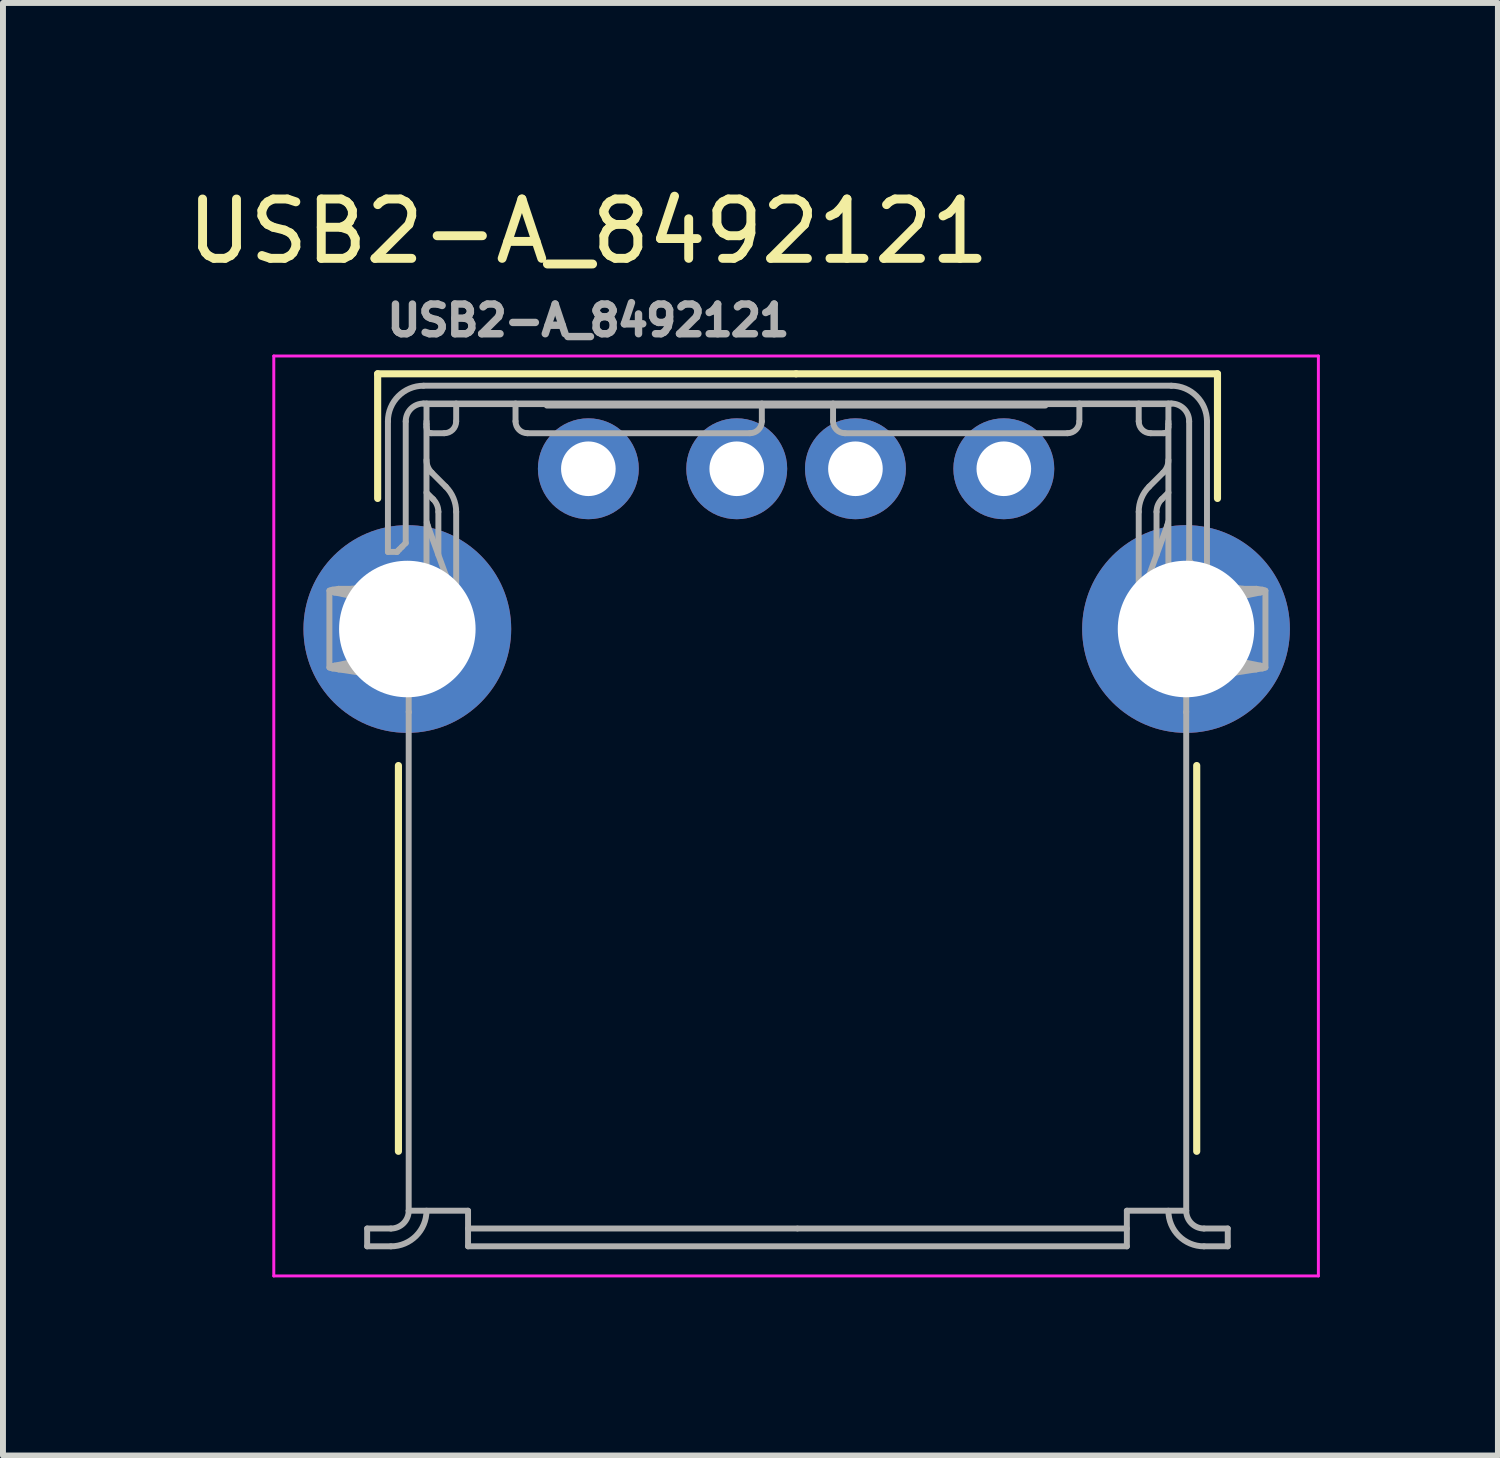
<source format=kicad_pcb>
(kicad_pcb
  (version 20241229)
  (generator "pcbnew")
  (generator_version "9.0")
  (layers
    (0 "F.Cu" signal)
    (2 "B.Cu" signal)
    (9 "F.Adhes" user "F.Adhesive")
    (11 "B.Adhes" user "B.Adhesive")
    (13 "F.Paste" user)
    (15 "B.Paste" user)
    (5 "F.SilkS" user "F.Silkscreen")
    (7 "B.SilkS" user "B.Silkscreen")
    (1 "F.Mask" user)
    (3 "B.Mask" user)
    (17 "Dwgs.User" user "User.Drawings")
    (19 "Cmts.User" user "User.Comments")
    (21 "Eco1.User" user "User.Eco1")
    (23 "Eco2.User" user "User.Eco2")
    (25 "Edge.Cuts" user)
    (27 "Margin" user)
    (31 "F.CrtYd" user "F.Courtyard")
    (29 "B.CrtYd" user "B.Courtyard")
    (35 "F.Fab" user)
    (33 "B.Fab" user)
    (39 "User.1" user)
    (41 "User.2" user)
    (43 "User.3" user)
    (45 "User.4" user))
  (footprint "USB2-A_8492121"
    (layer "F.Cu")
    (at 6.863 4.848)
    (property "Reference" "USB2-A_8492121" (at 0 -4 0) (layer "F.SilkS") (effects (font (size 1 1) (thickness 0.15))))
    (attr through_hole)
    (fp_line (start -3.55 -1.6) (end -3.55 0.5) (stroke (width 0.12) (type solid)) (layer "F.SilkS"))
    (fp_line (start -3.2 5) (end -3.2 11.5) (stroke (width 0.12) (type solid)) (layer "F.SilkS"))
    (fp_line (start 3.5 -1.6) (end -3.55 -1.6) (stroke (width 0.12) (type solid)) (layer "F.SilkS"))
    (fp_line (start 3.5 -1.6) (end 10.6 -1.6) (stroke (width 0.12) (type solid)) (layer "F.SilkS"))
    (fp_line (start 10.25 5) (end 10.25 11.5) (stroke (width 0.12) (type solid)) (layer "F.SilkS"))
    (fp_line (start 10.6 -1.6) (end 10.6 0.5) (stroke (width 0.12) (type solid)) (layer "F.SilkS"))
    (fp_line (start -5.3 -1.9) (end 12.3 -1.9) (stroke (width 0.05) (type solid)) (layer "F.CrtYd"))
    (fp_line (start -5.3 13.6) (end -5.3 -1.9) (stroke (width 0.05) (type solid)) (layer "F.CrtYd"))
    (fp_line (start 12.3 -1.9) (end 12.3 13.6) (stroke (width 0.05) (type solid)) (layer "F.CrtYd"))
    (fp_line (start 12.3 13.6) (end -5.3 13.6) (stroke (width 0.05) (type solid)) (layer "F.CrtYd"))
    (fp_line (start -4.363 2.058) (end -4.363 3.344) (stroke (width 0.1) (type solid)) (layer "F.Fab"))
    (fp_line (start -4.36 2.053) (end -4.311 2.038) (stroke (width 0.1) (type solid)) (layer "F.Fab"))
    (fp_line (start -4.36 3.349) (end -4.349 3.334) (stroke (width 0.1) (type solid)) (layer "F.Fab"))
    (fp_line (start -4.349 2.068) (end -4.36 2.053) (stroke (width 0.1) (type solid)) (layer "F.Fab"))
    (fp_line (start -4.349 3.334) (end -4.28 3.319) (stroke (width 0.1) (type solid)) (layer "F.Fab"))
    (fp_line (start -4.311 2.038) (end -4.208 2.023) (stroke (width 0.1) (type solid)) (layer "F.Fab"))
    (fp_line (start -4.311 3.364) (end -4.36 3.349) (stroke (width 0.1) (type solid)) (layer "F.Fab"))
    (fp_line (start -4.28 2.083) (end -4.349 2.068) (stroke (width 0.1) (type solid)) (layer "F.Fab"))
    (fp_line (start -4.28 3.319) (end -3.388 3.134) (stroke (width 0.1) (type solid)) (layer "F.Fab"))
    (fp_line (start -4.208 2.023) (end -3.985 2.023) (stroke (width 0.1) (type solid)) (layer "F.Fab"))
    (fp_line (start -4.208 3.379) (end -4.311 3.364) (stroke (width 0.1) (type solid)) (layer "F.Fab"))
    (fp_line (start -4.061 2.053) (end -4.056 2.068) (stroke (width 0.1) (type solid)) (layer "F.Fab"))
    (fp_line (start -4.061 3.349) (end -4.037 3.364) (stroke (width 0.1) (type solid)) (layer "F.Fab"))
    (fp_line (start -4.056 2.068) (end -4.021 2.083) (stroke (width 0.1) (type solid)) (layer "F.Fab"))
    (fp_line (start -4.056 3.334) (end -4.061 3.349) (stroke (width 0.1) (type solid)) (layer "F.Fab"))
    (fp_line (start -4.037 2.038) (end -4.061 2.053) (stroke (width 0.1) (type solid)) (layer "F.Fab"))
    (fp_line (start -4.037 3.364) (end -3.985 3.379) (stroke (width 0.1) (type solid)) (layer "F.Fab"))
    (fp_line (start -4.021 2.083) (end -4.28 2.083) (stroke (width 0.1) (type solid)) (layer "F.Fab"))
    (fp_line (start -4.021 3.319) (end -4.28 3.319) (stroke (width 0.1) (type solid)) (layer "F.Fab"))
    (fp_line (start -4.021 3.319) (end -4.056 3.334) (stroke (width 0.1) (type solid)) (layer "F.Fab"))
    (fp_line (start -4.021 3.319) (end -3.129 3.134) (stroke (width 0.1) (type solid)) (layer "F.Fab"))
    (fp_line (start -3.985 2.023) (end -4.037 2.038) (stroke (width 0.1) (type solid)) (layer "F.Fab"))
    (fp_line (start -3.985 3.379) (end -4.208 3.379) (stroke (width 0.1) (type solid)) (layer "F.Fab"))
    (fp_line (start -3.985 3.379) (end -2.881 3.552) (stroke (width 0.1) (type solid)) (layer "F.Fab"))
    (fp_line (start -3.727 12.801) (end -3.727 13.101) (stroke (width 0.1) (type solid)) (layer "F.Fab"))
    (fp_line (start -3.388 2.268) (end -4.28 2.083) (stroke (width 0.1) (type solid)) (layer "F.Fab"))
    (fp_line (start -3.377 -0.799) (end -3.377 1.401) (stroke (width 0.1) (type solid)) (layer "F.Fab"))
    (fp_line (start -3.327 12.801) (end -3.727 12.801) (stroke (width 0.1) (type solid)) (layer "F.Fab"))
    (fp_line (start -3.327 13.101) (end -3.727 13.101) (stroke (width 0.1) (type solid)) (layer "F.Fab"))
    (fp_line (start -3.227 1.401) (end -3.377 1.401) (stroke (width 0.1) (type solid)) (layer "F.Fab"))
    (fp_line (start -3.227 1.401) (end -3.224 1.399) (stroke (width 0.1) (type solid)) (layer "F.Fab"))
    (fp_line (start -3.224 1.399) (end -3.217 1.391) (stroke (width 0.1) (type solid)) (layer "F.Fab"))
    (fp_line (start -3.217 1.391) (end -3.185 1.359) (stroke (width 0.1) (type solid)) (layer "F.Fab"))
    (fp_line (start -3.206 2.736) (end -3.206 2.666) (stroke (width 0.1) (type solid)) (layer "F.Fab"))
    (fp_line (start -3.185 1.359) (end -3.141 1.316) (stroke (width 0.1) (type solid)) (layer "F.Fab"))
    (fp_line (start -3.141 1.316) (end -3.077 1.251) (stroke (width 0.1) (type solid)) (layer "F.Fab"))
    (fp_line (start -3.129 2.268) (end -4.021 2.083) (stroke (width 0.1) (type solid)) (layer "F.Fab"))
    (fp_line (start -3.104 3.552) (end -4.208 3.379) (stroke (width 0.1) (type solid)) (layer "F.Fab"))
    (fp_line (start -3.077 1.251) (end -3.077 -0.799) (stroke (width 0.1) (type solid)) (layer "F.Fab"))
    (fp_line (start -3.047 3.57) (end -3.104 3.552) (stroke (width 0.1) (type solid)) (layer "F.Fab"))
    (fp_line (start -3.027 3.587) (end -3.047 3.57) (stroke (width 0.1) (type solid)) (layer "F.Fab"))
    (fp_line (start -3.027 3.601) (end -3.027 3.587) (stroke (width 0.1) (type solid)) (layer "F.Fab"))
    (fp_line (start -3.027 3.601) (end -2.727 3.601) (stroke (width 0.1) (type solid)) (layer "F.Fab"))
    (fp_line (start -3.027 4.096) (end -3.025 4.101) (stroke (width 0.1) (type solid)) (layer "F.Fab"))
    (fp_line (start -3.027 12.501) (end -3.027 3.618) (stroke (width 0.1) (type solid)) (layer "F.Fab"))
    (fp_line (start -3.027 12.501) (end -2.027 12.501) (stroke (width 0.1) (type solid)) (layer "F.Fab"))
    (fp_line (start -2.947 2.736) (end -2.947 2.666) (stroke (width 0.1) (type solid)) (layer "F.Fab"))
    (fp_line (start -2.881 1.85) (end -3.985 2.023) (stroke (width 0.1) (type solid)) (layer "F.Fab"))
    (fp_line (start -2.881 3.552) (end -3.104 3.552) (stroke (width 0.1) (type solid)) (layer "F.Fab"))
    (fp_line (start -2.776 1.835) (end -2.881 1.85) (stroke (width 0.1) (type solid)) (layer "F.Fab"))
    (fp_line (start -2.729 1.819) (end -2.727 1.808) (stroke (width 0.1) (type solid)) (layer "F.Fab"))
    (fp_line (start -2.729 1.819) (end -2.776 1.835) (stroke (width 0.1) (type solid)) (layer "F.Fab"))
    (fp_line (start -2.727 -1.099) (end -2.727 1.808) (stroke (width 0.1) (type solid)) (layer "F.Fab"))
    (fp_line (start -2.727 0.401) (end -2.615 0.513) (stroke (width 0.1) (type solid)) (layer "F.Fab"))
    (fp_line (start -2.727 1.778) (end -2.684 1.896) (stroke (width 0.1) (type solid)) (layer "F.Fab"))
    (fp_line (start -2.727 1.809) (end -2.727 3.601) (stroke (width 0.1) (type solid)) (layer "F.Fab"))
    (fp_line (start -2.727 3.587) (end -3.027 3.587) (stroke (width 0.1) (type solid)) (layer "F.Fab"))
    (fp_line (start -2.727 -0.749) (end -2.727 -0.799) (stroke (width 0.1) (type solid)) (layer "F.Fab"))
    (fp_line (start -2.726 -0.702) (end -2.727 -0.749) (stroke (width 0.1) (type solid)) (layer "F.Fab"))
    (fp_line (start -2.722 0.901) (end -2.709 0.951) (stroke (width 0.1) (type solid)) (layer "F.Fab"))
    (fp_line (start -2.72 -0.651) (end -2.726 -0.702) (stroke (width 0.1) (type solid)) (layer "F.Fab"))
    (fp_line (start -2.711 -0.628) (end -2.72 -0.651) (stroke (width 0.1) (type solid)) (layer "F.Fab"))
    (fp_line (start -2.698 -0.612) (end -2.711 -0.628) (stroke (width 0.1) (type solid)) (layer "F.Fab"))
    (fp_line (start -2.684 1.896) (end -2.402 1.794) (stroke (width 0.1) (type solid)) (layer "F.Fab"))
    (fp_line (start -2.678 -0.602) (end -2.698 -0.612) (stroke (width 0.1) (type solid)) (layer "F.Fab"))
    (fp_line (start -2.651 -0.599) (end -2.678 -0.602) (stroke (width 0.1) (type solid)) (layer "F.Fab"))
    (fp_line (start -2.639 3.138) (end -2.403 2.901) (stroke (width 0.1) (type solid)) (layer "F.Fab"))
    (fp_line (start -2.615 2.689) (end -2.727 2.801) (stroke (width 0.1) (type solid)) (layer "F.Fab"))
    (fp_line (start -2.527 0.725) (end -2.527 1.451) (stroke (width 0.1) (type solid)) (layer "F.Fab"))
    (fp_line (start -2.527 1.839) (end -2.527 2.477) (stroke (width 0.1) (type solid)) (layer "F.Fab"))
    (fp_line (start -2.427 -0.599) (end -2.651 -0.599) (stroke (width 0.1) (type solid)) (layer "F.Fab"))
    (fp_line (start -2.403 0.301) (end -2.639 0.065) (stroke (width 0.1) (type solid)) (layer "F.Fab"))
    (fp_line (start -2.402 1.794) (end -2.709 0.951) (stroke (width 0.1) (type solid)) (layer "F.Fab"))
    (fp_line (start -2.227 -1.099) (end -2.227 -0.799) (stroke (width 0.1) (type solid)) (layer "F.Fab"))
    (fp_line (start -2.227 2.477) (end -2.227 0.725) (stroke (width 0.1) (type solid)) (layer "F.Fab"))
    (fp_line (start -2.027 12.801) (end 3.518 12.801) (stroke (width 0.1) (type solid)) (layer "F.Fab"))
    (fp_line (start -2.027 13.101) (end -2.027 12.501) (stroke (width 0.1) (type solid)) (layer "F.Fab"))
    (fp_line (start -1.227 -0.799) (end -1.227 -1.099) (stroke (width 0.1) (type solid)) (layer "F.Fab"))
    (fp_line (start -0.7 -1.089) (end -2.7 -1.089) (stroke (width 0.1) (type solid)) (layer "F.Fab"))
    (fp_line (start -0.295 -0.115) (end 0.305 -0.115) (stroke (width 0.1) (type solid)) (layer "F.Fab"))
    (fp_line (start -0.295 0.135) (end -0.295 -0.115) (stroke (width 0.1) (type solid)) (layer "F.Fab"))
    (fp_line (start -0.159 0.135) (end -0.145 0.06) (stroke (width 0.1) (type solid)) (layer "F.Fab"))
    (fp_line (start -0.145 -0.04) (end -0.159 -0.115) (stroke (width 0.1) (type solid)) (layer "F.Fab"))
    (fp_line (start -0.145 0.06) (end -0.145 -0.04) (stroke (width 0.1) (type solid)) (layer "F.Fab"))
    (fp_line (start 0.155 -0.04) (end -0.145 -0.04) (stroke (width 0.1) (type solid)) (layer "F.Fab"))
    (fp_line (start 0.155 -0.04) (end 0.155 0.06) (stroke (width 0.1) (type solid)) (layer "F.Fab"))
    (fp_line (start 0.155 0.06) (end -0.145 0.06) (stroke (width 0.1) (type solid)) (layer "F.Fab"))
    (fp_line (start 0.155 0.06) (end 0.169 0.135) (stroke (width 0.1) (type solid)) (layer "F.Fab"))
    (fp_line (start 0.169 -0.115) (end 0.155 -0.04) (stroke (width 0.1) (type solid)) (layer "F.Fab"))
    (fp_line (start 0.305 -0.115) (end 0.305 0.135) (stroke (width 0.1) (type solid)) (layer "F.Fab"))
    (fp_line (start 0.305 0.135) (end -0.295 0.135) (stroke (width 0.1) (type solid)) (layer "F.Fab"))
    (fp_line (start 2.205 -0.115) (end 2.805 -0.115) (stroke (width 0.1) (type solid)) (layer "F.Fab"))
    (fp_line (start 2.205 0.135) (end 2.205 -0.115) (stroke (width 0.1) (type solid)) (layer "F.Fab"))
    (fp_line (start 2.341 0.135) (end 2.355 0.06) (stroke (width 0.1) (type solid)) (layer "F.Fab"))
    (fp_line (start 2.355 -0.04) (end 2.341 -0.115) (stroke (width 0.1) (type solid)) (layer "F.Fab"))
    (fp_line (start 2.355 0.06) (end 2.355 -0.04) (stroke (width 0.1) (type solid)) (layer "F.Fab"))
    (fp_line (start 2.655 -0.04) (end 2.355 -0.04) (stroke (width 0.1) (type solid)) (layer "F.Fab"))
    (fp_line (start 2.655 -0.04) (end 2.655 0.06) (stroke (width 0.1) (type solid)) (layer "F.Fab"))
    (fp_line (start 2.655 0.06) (end 2.355 0.06) (stroke (width 0.1) (type solid)) (layer "F.Fab"))
    (fp_line (start 2.655 0.06) (end 2.669 0.135) (stroke (width 0.1) (type solid)) (layer "F.Fab"))
    (fp_line (start 2.669 -0.115) (end 2.655 -0.04) (stroke (width 0.1) (type solid)) (layer "F.Fab"))
    (fp_line (start 2.723 -0.599) (end -1.027 -0.599) (stroke (width 0.1) (type solid)) (layer "F.Fab"))
    (fp_line (start 2.805 -0.115) (end 2.805 0.135) (stroke (width 0.1) (type solid)) (layer "F.Fab"))
    (fp_line (start 2.805 0.135) (end 2.205 0.135) (stroke (width 0.1) (type solid)) (layer "F.Fab"))
    (fp_line (start 2.923 -1.099) (end 2.923 -0.799) (stroke (width 0.1) (type solid)) (layer "F.Fab"))
    (fp_line (start 3.528 12.801) (end 9.073 12.801) (stroke (width 0.1) (type solid)) (layer "F.Fab"))
    (fp_line (start 4.123 -0.799) (end 4.123 -1.099) (stroke (width 0.1) (type solid)) (layer "F.Fab"))
    (fp_line (start 4.205 -0.115) (end 4.805 -0.115) (stroke (width 0.1) (type solid)) (layer "F.Fab"))
    (fp_line (start 4.205 0.135) (end 4.205 -0.115) (stroke (width 0.1) (type solid)) (layer "F.Fab"))
    (fp_line (start 4.341 0.135) (end 4.355 0.06) (stroke (width 0.1) (type solid)) (layer "F.Fab"))
    (fp_line (start 4.355 -0.04) (end 4.341 -0.115) (stroke (width 0.1) (type solid)) (layer "F.Fab"))
    (fp_line (start 4.355 0.06) (end 4.355 -0.04) (stroke (width 0.1) (type solid)) (layer "F.Fab"))
    (fp_line (start 4.655 -0.04) (end 4.355 -0.04) (stroke (width 0.1) (type solid)) (layer "F.Fab"))
    (fp_line (start 4.655 -0.04) (end 4.655 0.06) (stroke (width 0.1) (type solid)) (layer "F.Fab"))
    (fp_line (start 4.655 0.06) (end 4.355 0.06) (stroke (width 0.1) (type solid)) (layer "F.Fab"))
    (fp_line (start 4.655 0.06) (end 4.669 0.135) (stroke (width 0.1) (type solid)) (layer "F.Fab"))
    (fp_line (start 4.669 -0.115) (end 4.655 -0.04) (stroke (width 0.1) (type solid)) (layer "F.Fab"))
    (fp_line (start 4.805 -0.115) (end 4.805 0.135) (stroke (width 0.1) (type solid)) (layer "F.Fab"))
    (fp_line (start 4.805 0.135) (end 4.205 0.135) (stroke (width 0.1) (type solid)) (layer "F.Fab"))
    (fp_line (start 6.705 -0.115) (end 7.305 -0.115) (stroke (width 0.1) (type solid)) (layer "F.Fab"))
    (fp_line (start 6.705 0.135) (end 6.705 -0.115) (stroke (width 0.1) (type solid)) (layer "F.Fab"))
    (fp_line (start 6.841 0.135) (end 6.855 0.06) (stroke (width 0.1) (type solid)) (layer "F.Fab"))
    (fp_line (start 6.855 -0.04) (end 6.841 -0.115) (stroke (width 0.1) (type solid)) (layer "F.Fab"))
    (fp_line (start 6.855 0.06) (end 6.855 -0.04) (stroke (width 0.1) (type solid)) (layer "F.Fab"))
    (fp_line (start 7.155 -0.04) (end 6.855 -0.04) (stroke (width 0.1) (type solid)) (layer "F.Fab"))
    (fp_line (start 7.155 -0.04) (end 7.155 0.06) (stroke (width 0.1) (type solid)) (layer "F.Fab"))
    (fp_line (start 7.155 0.06) (end 6.855 0.06) (stroke (width 0.1) (type solid)) (layer "F.Fab"))
    (fp_line (start 7.155 0.06) (end 7.169 0.135) (stroke (width 0.1) (type solid)) (layer "F.Fab"))
    (fp_line (start 7.169 -0.115) (end 7.155 -0.04) (stroke (width 0.1) (type solid)) (layer "F.Fab"))
    (fp_line (start 7.305 -0.115) (end 7.305 0.135) (stroke (width 0.1) (type solid)) (layer "F.Fab"))
    (fp_line (start 7.305 0.135) (end 6.705 0.135) (stroke (width 0.1) (type solid)) (layer "F.Fab"))
    (fp_line (start 7.7 -1.065) (end -0.7 -1.065) (stroke (width 0.1) (type solid)) (layer "F.Fab"))
    (fp_line (start 8.073 -0.599) (end 4.323 -0.599) (stroke (width 0.1) (type solid)) (layer "F.Fab"))
    (fp_line (start 8.273 -1.099) (end 8.273 -0.799) (stroke (width 0.1) (type solid)) (layer "F.Fab"))
    (fp_line (start 9.073 12.501) (end 9.073 13.101) (stroke (width 0.1) (type solid)) (layer "F.Fab"))
    (fp_line (start 9.073 13.101) (end -2.027 13.101) (stroke (width 0.1) (type solid)) (layer "F.Fab"))
    (fp_line (start 9.273 -0.799) (end 9.273 -1.099) (stroke (width 0.1) (type solid)) (layer "F.Fab"))
    (fp_line (start 9.273 2.477) (end 9.273 0.725) (stroke (width 0.1) (type solid)) (layer "F.Fab"))
    (fp_line (start 9.448 1.794) (end 9.73 1.896) (stroke (width 0.1) (type solid)) (layer "F.Fab"))
    (fp_line (start 9.573 0.725) (end 9.573 1.451) (stroke (width 0.1) (type solid)) (layer "F.Fab"))
    (fp_line (start 9.573 1.839) (end 9.573 2.477) (stroke (width 0.1) (type solid)) (layer "F.Fab"))
    (fp_line (start 9.661 0.513) (end 9.773 0.401) (stroke (width 0.1) (type solid)) (layer "F.Fab"))
    (fp_line (start 9.685 0.065) (end 9.449 0.301) (stroke (width 0.1) (type solid)) (layer "F.Fab"))
    (fp_line (start 9.685 3.138) (end 9.449 2.901) (stroke (width 0.1) (type solid)) (layer "F.Fab"))
    (fp_line (start 9.697 -0.599) (end 9.473 -0.599) (stroke (width 0.1) (type solid)) (layer "F.Fab"))
    (fp_line (start 9.7 -1.089) (end 7.7 -1.089) (stroke (width 0.1) (type solid)) (layer "F.Fab"))
    (fp_line (start 9.724 -0.602) (end 9.697 -0.599) (stroke (width 0.1) (type solid)) (layer "F.Fab"))
    (fp_line (start 9.744 -0.612) (end 9.724 -0.602) (stroke (width 0.1) (type solid)) (layer "F.Fab"))
    (fp_line (start 9.755 0.951) (end 9.448 1.794) (stroke (width 0.1) (type solid)) (layer "F.Fab"))
    (fp_line (start 9.755 0.951) (end 9.768 0.9) (stroke (width 0.1) (type solid)) (layer "F.Fab"))
    (fp_line (start 9.757 -0.628) (end 9.744 -0.612) (stroke (width 0.1) (type solid)) (layer "F.Fab"))
    (fp_line (start 9.766 -0.652) (end 9.757 -0.628) (stroke (width 0.1) (type solid)) (layer "F.Fab"))
    (fp_line (start 9.772 -0.702) (end 9.766 -0.652) (stroke (width 0.1) (type solid)) (layer "F.Fab"))
    (fp_line (start 9.773 -0.749) (end 9.772 -0.702) (stroke (width 0.1) (type solid)) (layer "F.Fab"))
    (fp_line (start 9.773 -0.799) (end 9.773 -0.749) (stroke (width 0.1) (type solid)) (layer "F.Fab"))
    (fp_line (start 9.773 1.778) (end 9.73 1.896) (stroke (width 0.1) (type solid)) (layer "F.Fab"))
    (fp_line (start 9.773 1.808) (end 9.773 -1.099) (stroke (width 0.1) (type solid)) (layer "F.Fab"))
    (fp_line (start 9.773 1.808) (end 9.775 1.819) (stroke (width 0.1) (type solid)) (layer "F.Fab"))
    (fp_line (start 9.773 2.801) (end 9.661 2.689) (stroke (width 0.1) (type solid)) (layer "F.Fab"))
    (fp_line (start 9.773 3.601) (end 9.773 1.809) (stroke (width 0.1) (type solid)) (layer "F.Fab"))
    (fp_line (start 9.822 1.835) (end 9.775 1.819) (stroke (width 0.1) (type solid)) (layer "F.Fab"))
    (fp_line (start 9.823 -1.399) (end -2.777 -1.399) (stroke (width 0.1) (type solid)) (layer "F.Fab"))
    (fp_line (start 9.823 -1.099) (end -2.777 -1.099) (stroke (width 0.1) (type solid)) (layer "F.Fab"))
    (fp_line (start 9.927 1.85) (end 9.822 1.835) (stroke (width 0.1) (type solid)) (layer "F.Fab"))
    (fp_line (start 9.927 3.552) (end 11.031 3.379) (stroke (width 0.1) (type solid)) (layer "F.Fab"))
    (fp_line (start 9.927 3.552) (end 10.15 3.552) (stroke (width 0.1) (type solid)) (layer "F.Fab"))
    (fp_line (start 9.993 2.736) (end 9.993 2.666) (stroke (width 0.1) (type solid)) (layer "F.Fab"))
    (fp_line (start 10.073 3.587) (end 9.773 3.587) (stroke (width 0.1) (type solid)) (layer "F.Fab"))
    (fp_line (start 10.073 3.587) (end 10.073 3.601) (stroke (width 0.1) (type solid)) (layer "F.Fab"))
    (fp_line (start 10.073 3.601) (end 9.773 3.601) (stroke (width 0.1) (type solid)) (layer "F.Fab"))
    (fp_line (start 10.073 3.618) (end 10.073 12.501) (stroke (width 0.1) (type solid)) (layer "F.Fab"))
    (fp_line (start 10.073 4.096) (end 10.071 4.101) (stroke (width 0.1) (type solid)) (layer "F.Fab"))
    (fp_line (start 10.073 12.501) (end 9.073 12.501) (stroke (width 0.1) (type solid)) (layer "F.Fab"))
    (fp_line (start 10.093 3.57) (end 10.073 3.587) (stroke (width 0.1) (type solid)) (layer "F.Fab"))
    (fp_line (start 10.123 -0.799) (end 10.123 1.551) (stroke (width 0.1) (type solid)) (layer "F.Fab"))
    (fp_line (start 10.15 3.552) (end 10.093 3.57) (stroke (width 0.1) (type solid)) (layer "F.Fab"))
    (fp_line (start 10.175 3.134) (end 11.067 3.319) (stroke (width 0.1) (type solid)) (layer "F.Fab"))
    (fp_line (start 10.252 2.666) (end 10.252 2.736) (stroke (width 0.1) (type solid)) (layer "F.Fab"))
    (fp_line (start 10.273 1.701) (end 10.123 1.551) (stroke (width 0.1) (type solid)) (layer "F.Fab"))
    (fp_line (start 10.273 1.701) (end 10.423 1.701) (stroke (width 0.1) (type solid)) (layer "F.Fab"))
    (fp_line (start 10.373 12.801) (end 10.773 12.801) (stroke (width 0.1) (type solid)) (layer "F.Fab"))
    (fp_line (start 10.423 1.701) (end 10.423 -0.799) (stroke (width 0.1) (type solid)) (layer "F.Fab"))
    (fp_line (start 10.434 3.134) (end 11.325 3.319) (stroke (width 0.1) (type solid)) (layer "F.Fab"))
    (fp_line (start 10.773 12.801) (end 10.773 13.101) (stroke (width 0.1) (type solid)) (layer "F.Fab"))
    (fp_line (start 10.773 13.101) (end 10.373 13.101) (stroke (width 0.1) (type solid)) (layer "F.Fab"))
    (fp_line (start 11.031 2.023) (end 9.927 1.85) (stroke (width 0.1) (type solid)) (layer "F.Fab"))
    (fp_line (start 11.031 2.023) (end 11.254 2.023) (stroke (width 0.1) (type solid)) (layer "F.Fab"))
    (fp_line (start 11.031 3.379) (end 11.083 3.364) (stroke (width 0.1) (type solid)) (layer "F.Fab"))
    (fp_line (start 11.067 2.083) (end 10.175 2.268) (stroke (width 0.1) (type solid)) (layer "F.Fab"))
    (fp_line (start 11.067 2.083) (end 11.101 2.068) (stroke (width 0.1) (type solid)) (layer "F.Fab"))
    (fp_line (start 11.067 2.083) (end 11.325 2.083) (stroke (width 0.1) (type solid)) (layer "F.Fab"))
    (fp_line (start 11.067 3.319) (end 11.325 3.319) (stroke (width 0.1) (type solid)) (layer "F.Fab"))
    (fp_line (start 11.083 2.038) (end 11.031 2.023) (stroke (width 0.1) (type solid)) (layer "F.Fab"))
    (fp_line (start 11.083 3.364) (end 11.107 3.349) (stroke (width 0.1) (type solid)) (layer "F.Fab"))
    (fp_line (start 11.101 2.068) (end 11.107 2.053) (stroke (width 0.1) (type solid)) (layer "F.Fab"))
    (fp_line (start 11.101 3.334) (end 11.067 3.319) (stroke (width 0.1) (type solid)) (layer "F.Fab"))
    (fp_line (start 11.107 2.053) (end 11.083 2.038) (stroke (width 0.1) (type solid)) (layer "F.Fab"))
    (fp_line (start 11.107 3.349) (end 11.101 3.334) (stroke (width 0.1) (type solid)) (layer "F.Fab"))
    (fp_line (start 11.254 2.023) (end 11.357 2.038) (stroke (width 0.1) (type solid)) (layer "F.Fab"))
    (fp_line (start 11.254 3.379) (end 10.15 3.552) (stroke (width 0.1) (type solid)) (layer "F.Fab"))
    (fp_line (start 11.254 3.379) (end 11.031 3.379) (stroke (width 0.1) (type solid)) (layer "F.Fab"))
    (fp_line (start 11.325 2.083) (end 10.434 2.268) (stroke (width 0.1) (type solid)) (layer "F.Fab"))
    (fp_line (start 11.325 3.319) (end 11.394 3.334) (stroke (width 0.1) (type solid)) (layer "F.Fab"))
    (fp_line (start 11.357 2.038) (end 11.405 2.053) (stroke (width 0.1) (type solid)) (layer "F.Fab"))
    (fp_line (start 11.357 3.364) (end 11.254 3.379) (stroke (width 0.1) (type solid)) (layer "F.Fab"))
    (fp_line (start 11.394 2.068) (end 11.325 2.083) (stroke (width 0.1) (type solid)) (layer "F.Fab"))
    (fp_line (start 11.394 3.334) (end 11.405 3.349) (stroke (width 0.1) (type solid)) (layer "F.Fab"))
    (fp_line (start 11.405 2.053) (end 11.394 2.068) (stroke (width 0.1) (type solid)) (layer "F.Fab"))
    (fp_line (start 11.405 3.349) (end 11.357 3.364) (stroke (width 0.1) (type solid)) (layer "F.Fab"))
    (fp_line (start 11.408 3.344) (end 11.408 2.058) (stroke (width 0.1) (type solid)) (layer "F.Fab"))
    (fp_arc (start -3.387713 2.267987) (mid -3.236092 2.439141) (end -3.205918 2.665796) (stroke (width 0.1) (type solid)) (layer "F.Fab"))
    (fp_arc (start -3.377057 -0.798866) (mid -3.201321 -1.22313) (end -2.777057 -1.398866) (stroke (width 0.1) (type solid)) (layer "F.Fab"))
    (fp_arc (start -3.205917 2.736471) (mid -3.236091 2.963126) (end -3.387712 3.134281) (stroke (width 0.1) (type solid)) (layer "F.Fab"))
    (fp_arc (start -3.129224 2.267987) (mid -2.977603 2.439141) (end -2.947429 2.665796) (stroke (width 0.1) (type solid)) (layer "F.Fab"))
    (fp_arc (start -3.077057 -0.798866) (mid -2.989189 -1.010998) (end -2.777057 -1.098866) (stroke (width 0.1) (type solid)) (layer "F.Fab"))
    (fp_arc (start -3.027057 12.501134) (mid -3.114925 12.713266) (end -3.327057 12.801134) (stroke (width 0.1) (type solid)) (layer "F.Fab"))
    (fp_arc (start -2.947429 2.736472) (mid -2.977603 2.963126) (end -3.129224 3.134281) (stroke (width 0.1) (type solid)) (layer "F.Fab"))
    (fp_arc (start -2.88117 3.552267) (mid -2.801955 3.56001) (end -2.727057 3.586938) (stroke (width 0.1) (type solid)) (layer "F.Fab"))
    (fp_arc (start -2.727057 3.349662) (mid -2.704221 3.234857) (end -2.639189 3.13753) (stroke (width 0.1) (type solid)) (layer "F.Fab"))
    (fp_arc (start -2.727057 12.501134) (mid -2.902793 12.925398) (end -3.327057 13.101134) (stroke (width 0.1) (type solid)) (layer "F.Fab"))
    (fp_arc (start -2.639189 0.064738) (mid -2.704221 -0.032589) (end -2.727057 -0.147394) (stroke (width 0.1) (type solid)) (layer "F.Fab"))
    (fp_arc (start -2.614925 0.513266) (mid -2.549893 0.610593) (end -2.527057 0.725398) (stroke (width 0.1) (type solid)) (layer "F.Fab"))
    (fp_arc (start -2.527057 2.47687) (mid -2.549893 2.591675) (end -2.614925 2.689002) (stroke (width 0.1) (type solid)) (layer "F.Fab"))
    (fp_arc (start -2.402793 0.301134) (mid -2.272729 0.495788) (end -2.227057 0.725398) (stroke (width 0.1) (type solid)) (layer "F.Fab"))
    (fp_arc (start -2.227057 -0.798866) (mid -2.285636 -0.657445) (end -2.427057 -0.598866) (stroke (width 0.1) (type solid)) (layer "F.Fab"))
    (fp_arc (start -2.227057 2.47687) (mid -2.272729 2.70648) (end -2.402793 2.901134) (stroke (width 0.1) (type solid)) (layer "F.Fab"))
    (fp_arc (start -1.027057 -0.598866) (mid -1.168478 -0.657445) (end -1.227057 -0.798866) (stroke (width 0.1) (type solid)) (layer "F.Fab"))
    (fp_arc (start 2.922943 -0.798866) (mid 2.864364 -0.657445) (end 2.722943 -0.598866) (stroke (width 0.1) (type solid)) (layer "F.Fab"))
    (fp_arc (start 4.322943 -0.598866) (mid 4.181522 -0.657445) (end 4.122943 -0.798866) (stroke (width 0.1) (type solid)) (layer "F.Fab"))
    (fp_arc (start 8.272943 -0.798866) (mid 8.214364 -0.657445) (end 8.072943 -0.598866) (stroke (width 0.1) (type solid)) (layer "F.Fab"))
    (fp_arc (start 9.272943 0.725398) (mid 9.318615 0.495788) (end 9.448679 0.301134) (stroke (width 0.1) (type solid)) (layer "F.Fab"))
    (fp_arc (start 9.448679 2.901134) (mid 9.318615 2.70648) (end 9.272943 2.47687) (stroke (width 0.1) (type solid)) (layer "F.Fab"))
    (fp_arc (start 9.472943 -0.598866) (mid 9.331522 -0.657445) (end 9.272943 -0.798866) (stroke (width 0.1) (type solid)) (layer "F.Fab"))
    (fp_arc (start 9.572943 0.725398) (mid 9.595779 0.610593) (end 9.660811 0.513266) (stroke (width 0.1) (type solid)) (layer "F.Fab"))
    (fp_arc (start 9.660811 2.689002) (mid 9.595779 2.591675) (end 9.572943 2.47687) (stroke (width 0.1) (type solid)) (layer "F.Fab"))
    (fp_arc (start 9.685075 3.13753) (mid 9.750107 3.234857) (end 9.772943 3.349662) (stroke (width 0.1) (type solid)) (layer "F.Fab"))
    (fp_arc (start 9.772943 -0.147394) (mid 9.750107 -0.032589) (end 9.685075 0.064738) (stroke (width 0.1) (type solid)) (layer "F.Fab"))
    (fp_arc (start 9.772943 3.586938) (mid 9.847842 3.56001) (end 9.927056 3.552268) (stroke (width 0.1) (type solid)) (layer "F.Fab"))
    (fp_arc (start 9.822943 -1.398866) (mid 10.247207 -1.22313) (end 10.422943 -0.798866) (stroke (width 0.1) (type solid)) (layer "F.Fab"))
    (fp_arc (start 9.822943 -1.098866) (mid 10.035075 -1.010998) (end 10.122943 -0.798866) (stroke (width 0.1) (type solid)) (layer "F.Fab"))
    (fp_arc (start 9.993315 2.665796) (mid 10.023489 2.439142) (end 10.17511 2.267987) (stroke (width 0.1) (type solid)) (layer "F.Fab"))
    (fp_arc (start 10.17511 3.134281) (mid 10.023489 2.963127) (end 9.993315 2.736472) (stroke (width 0.1) (type solid)) (layer "F.Fab"))
    (fp_arc (start 10.251803 2.665797) (mid 10.281977 2.439142) (end 10.433598 2.267987) (stroke (width 0.1) (type solid)) (layer "F.Fab"))
    (fp_arc (start 10.372943 12.801134) (mid 10.160811 12.713266) (end 10.072943 12.501134) (stroke (width 0.1) (type solid)) (layer "F.Fab"))
    (fp_arc (start 10.372943 13.101134) (mid 9.948679 12.925398) (end 9.772943 12.501134) (stroke (width 0.1) (type solid)) (layer "F.Fab"))
    (fp_arc (start 10.433599 3.134281) (mid 10.281978 2.963127) (end 10.251804 2.736472) (stroke (width 0.1) (type solid)) (layer "F.Fab"))
    (fp_text user "${REFERENCE}" (at 0 -2.5 0) (layer "F.Fab") (effects (font (size 0.5 0.5) (thickness 0.125))))
    (pad "1" thru_hole circle (at 0 0) (size 1.7 1.7) (drill 0.92) (layers "*.Cu" "*.Mask"))
    (pad "2" thru_hole circle (at 2.5 0) (size 1.7 1.7) (drill 0.92) (layers "*.Cu" "*.Mask"))
    (pad "3" thru_hole circle (at 4.5 0) (size 1.7 1.7) (drill 0.92) (layers "*.Cu" "*.Mask"))
    (pad "4" thru_hole circle (at 7 0) (size 1.7 1.7) (drill 0.92) (layers "*.Cu" "*.Mask"))
    (pad "5" thru_hole circle (at -3.05 2.7) (size 3.5 3.5) (drill 2.3) (layers "*.Cu" "*.Mask"))
    (pad "5" thru_hole circle (at 10.07 2.7) (size 3.5 3.5) (drill 2.3) (layers "*.Cu" "*.Mask")))
  (gr_rect
    (start -3 -3)
    (end 22.188 21.473)
    (stroke (width 0.1) (type default))
    (fill no)
    (layer "Edge.Cuts")))
</source>
